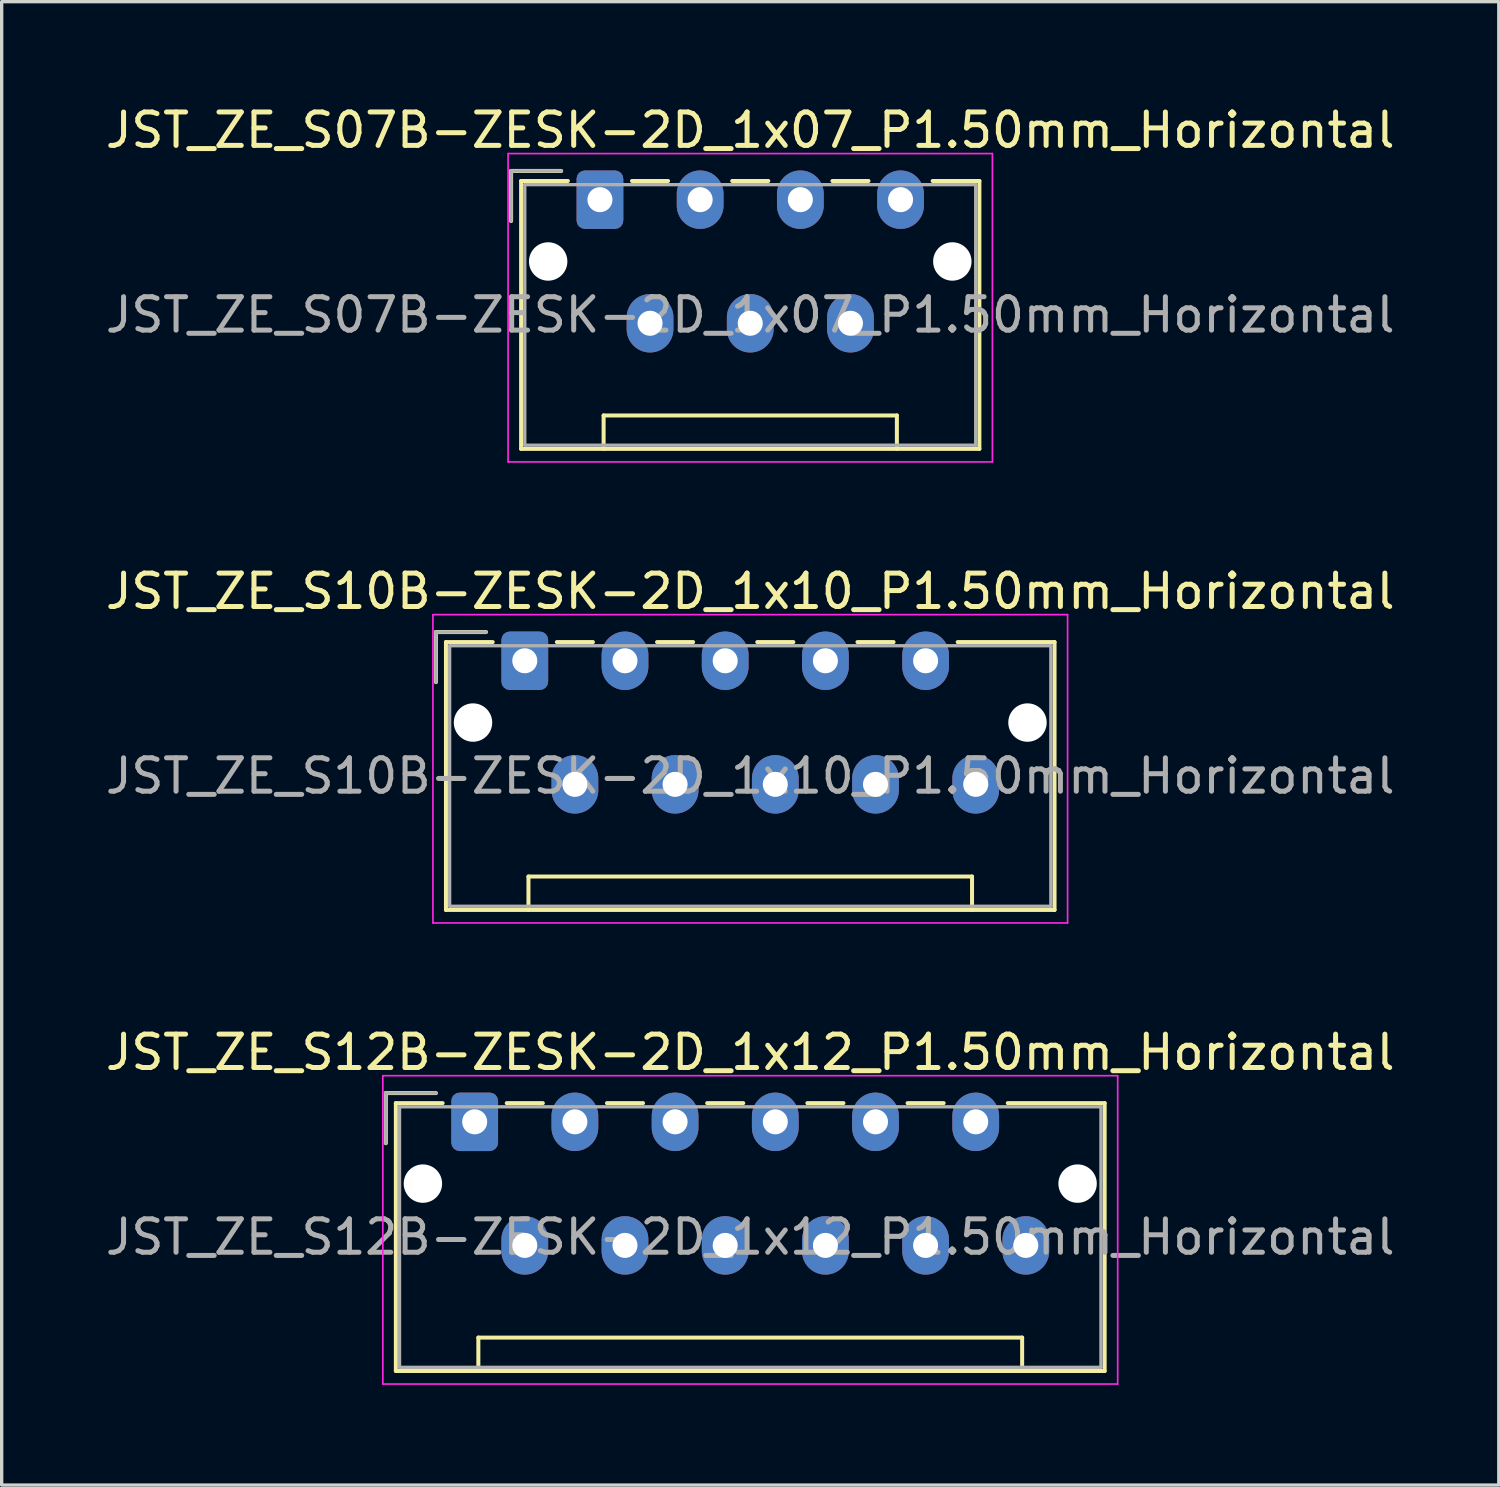
<source format=kicad_pcb>
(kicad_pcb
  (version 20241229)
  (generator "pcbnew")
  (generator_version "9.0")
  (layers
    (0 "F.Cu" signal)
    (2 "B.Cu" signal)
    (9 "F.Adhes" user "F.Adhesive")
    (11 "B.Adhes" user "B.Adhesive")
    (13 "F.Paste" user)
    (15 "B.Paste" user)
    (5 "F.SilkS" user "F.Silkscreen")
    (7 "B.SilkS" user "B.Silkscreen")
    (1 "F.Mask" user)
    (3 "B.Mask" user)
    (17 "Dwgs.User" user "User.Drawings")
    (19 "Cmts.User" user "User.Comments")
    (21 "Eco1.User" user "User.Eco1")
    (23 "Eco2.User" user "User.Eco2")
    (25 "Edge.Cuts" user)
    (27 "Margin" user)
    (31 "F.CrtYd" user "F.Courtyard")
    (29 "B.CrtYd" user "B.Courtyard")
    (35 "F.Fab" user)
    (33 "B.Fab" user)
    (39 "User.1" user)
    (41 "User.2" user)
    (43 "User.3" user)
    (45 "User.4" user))
  (footprint "JST_ZE_S10B-ZESK-2D_1x10_P1.50mm_Horizontal"
    (layer "F.Cu")
    (at 12.661 16.732)
    (property "Reference" "JST_ZE_S10B-ZESK-2D_1x10_P1.50mm_Horizontal" (at 6.75 -2.08 0) (layer "F.SilkS") (effects (font (size 1 1) (thickness 0.15))))
    (attr through_hole)
    (fp_line (start -2.66 -0.86) (end -1.16 -0.86) (stroke (width 0.12) (type solid)) (layer "F.SilkS"))
    (fp_line (start -2.66 0.64) (end -2.66 -0.86) (stroke (width 0.12) (type solid)) (layer "F.SilkS"))
    (fp_line (start -2.36 -0.56) (end -2.36 7.46) (stroke (width 0.12) (type solid)) (layer "F.SilkS"))
    (fp_line (start -2.36 7.46) (end 15.86 7.46) (stroke (width 0.12) (type solid)) (layer "F.SilkS"))
    (fp_line (start -0.96 -0.56) (end -2.36 -0.56) (stroke (width 0.12) (type solid)) (layer "F.SilkS"))
    (fp_line (start 0.11 6.46) (end 13.39 6.46) (stroke (width 0.12) (type solid)) (layer "F.SilkS"))
    (fp_line (start 0.11 7.46) (end 0.11 6.46) (stroke (width 0.12) (type solid)) (layer "F.SilkS"))
    (fp_line (start 0.96 -0.56) (end 2.04 -0.56) (stroke (width 0.12) (type solid)) (layer "F.SilkS"))
    (fp_line (start 3.96 -0.56) (end 5.04 -0.56) (stroke (width 0.12) (type solid)) (layer "F.SilkS"))
    (fp_line (start 6.96 -0.56) (end 8.04 -0.56) (stroke (width 0.12) (type solid)) (layer "F.SilkS"))
    (fp_line (start 9.96 -0.56) (end 11.04 -0.56) (stroke (width 0.12) (type solid)) (layer "F.SilkS"))
    (fp_line (start 13.39 6.46) (end 13.39 7.46) (stroke (width 0.12) (type solid)) (layer "F.SilkS"))
    (fp_line (start 15.86 -0.56) (end 12.96 -0.56) (stroke (width 0.12) (type solid)) (layer "F.SilkS"))
    (fp_line (start 15.86 7.46) (end 15.86 -0.56) (stroke (width 0.12) (type solid)) (layer "F.SilkS"))
    (fp_line (start -2.75 -1.38) (end -2.75 7.85) (stroke (width 0.05) (type solid)) (layer "F.CrtYd"))
    (fp_line (start -2.75 7.85) (end 16.25 7.85) (stroke (width 0.05) (type solid)) (layer "F.CrtYd"))
    (fp_line (start 16.25 -1.38) (end -2.75 -1.38) (stroke (width 0.05) (type solid)) (layer "F.CrtYd"))
    (fp_line (start 16.25 7.85) (end 16.25 -1.38) (stroke (width 0.05) (type solid)) (layer "F.CrtYd"))
    (fp_line (start -2.66 -0.86) (end -1.16 -0.86) (stroke (width 0.1) (type solid)) (layer "F.Fab"))
    (fp_line (start -2.66 0.64) (end -2.66 -0.86) (stroke (width 0.1) (type solid)) (layer "F.Fab"))
    (fp_line (start -2.25 -0.45) (end -2.25 7.35) (stroke (width 0.1) (type solid)) (layer "F.Fab"))
    (fp_line (start -2.25 7.35) (end 15.75 7.35) (stroke (width 0.1) (type solid)) (layer "F.Fab"))
    (fp_line (start 15.75 -0.45) (end -2.25 -0.45) (stroke (width 0.1) (type solid)) (layer "F.Fab"))
    (fp_line (start 15.75 7.35) (end 15.75 -0.45) (stroke (width 0.1) (type solid)) (layer "F.Fab"))
    (fp_text user "${REFERENCE}" (at 6.75 3.45 0) (layer "F.Fab") (effects (font (size 1 1) (thickness 0.15))))
    (pad "" np_thru_hole circle (at -1.55 1.85) (size 1.15 1.15) (drill 1.15) (layers "*.Cu" "*.Mask"))
    (pad "" np_thru_hole circle (at 15.05 1.85) (size 1.15 1.15) (drill 1.15) (layers "*.Cu" "*.Mask"))
    (pad "1" thru_hole roundrect (at 0 0) (size 1.4 1.75) (drill 0.75) (layers "*.Cu" "*.Mask") (roundrect_rratio 0.179))
    (pad "2" thru_hole oval (at 1.5 3.7) (size 1.4 1.75) (drill 0.75) (layers "*.Cu" "*.Mask"))
    (pad "3" thru_hole oval (at 3 0) (size 1.4 1.75) (drill 0.75) (layers "*.Cu" "*.Mask"))
    (pad "4" thru_hole oval (at 4.5 3.7) (size 1.4 1.75) (drill 0.75) (layers "*.Cu" "*.Mask"))
    (pad "5" thru_hole oval (at 6 0) (size 1.4 1.75) (drill 0.75) (layers "*.Cu" "*.Mask"))
    (pad "6" thru_hole oval (at 7.5 3.7) (size 1.4 1.75) (drill 0.75) (layers "*.Cu" "*.Mask"))
    (pad "7" thru_hole oval (at 9 0) (size 1.4 1.75) (drill 0.75) (layers "*.Cu" "*.Mask"))
    (pad "8" thru_hole oval (at 10.5 3.7) (size 1.4 1.75) (drill 0.75) (layers "*.Cu" "*.Mask"))
    (pad "9" thru_hole oval (at 12 0) (size 1.4 1.75) (drill 0.75) (layers "*.Cu" "*.Mask"))
    (pad "10" thru_hole oval (at 13.5 3.7) (size 1.4 1.75) (drill 0.75) (layers "*.Cu" "*.Mask")))
  (footprint "JST_ZE_S12B-ZESK-2D_1x12_P1.50mm_Horizontal"
    (layer "F.Cu")
    (at 11.161 30.535)
    (property "Reference" "JST_ZE_S12B-ZESK-2D_1x12_P1.50mm_Horizontal" (at 8.25 -2.08 0) (layer "F.SilkS") (effects (font (size 1 1) (thickness 0.15))))
    (attr through_hole)
    (fp_line (start -2.66 -0.86) (end -1.16 -0.86) (stroke (width 0.12) (type solid)) (layer "F.SilkS"))
    (fp_line (start -2.66 0.64) (end -2.66 -0.86) (stroke (width 0.12) (type solid)) (layer "F.SilkS"))
    (fp_line (start -2.36 -0.56) (end -2.36 7.46) (stroke (width 0.12) (type solid)) (layer "F.SilkS"))
    (fp_line (start -2.36 7.46) (end 18.86 7.46) (stroke (width 0.12) (type solid)) (layer "F.SilkS"))
    (fp_line (start -0.96 -0.56) (end -2.36 -0.56) (stroke (width 0.12) (type solid)) (layer "F.SilkS"))
    (fp_line (start 0.11 6.46) (end 16.39 6.46) (stroke (width 0.12) (type solid)) (layer "F.SilkS"))
    (fp_line (start 0.11 7.46) (end 0.11 6.46) (stroke (width 0.12) (type solid)) (layer "F.SilkS"))
    (fp_line (start 0.96 -0.56) (end 2.04 -0.56) (stroke (width 0.12) (type solid)) (layer "F.SilkS"))
    (fp_line (start 3.96 -0.56) (end 5.04 -0.56) (stroke (width 0.12) (type solid)) (layer "F.SilkS"))
    (fp_line (start 6.96 -0.56) (end 8.04 -0.56) (stroke (width 0.12) (type solid)) (layer "F.SilkS"))
    (fp_line (start 9.96 -0.56) (end 11.04 -0.56) (stroke (width 0.12) (type solid)) (layer "F.SilkS"))
    (fp_line (start 12.96 -0.56) (end 14.04 -0.56) (stroke (width 0.12) (type solid)) (layer "F.SilkS"))
    (fp_line (start 16.39 6.46) (end 16.39 7.46) (stroke (width 0.12) (type solid)) (layer "F.SilkS"))
    (fp_line (start 18.86 -0.56) (end 15.96 -0.56) (stroke (width 0.12) (type solid)) (layer "F.SilkS"))
    (fp_line (start 18.86 7.46) (end 18.86 -0.56) (stroke (width 0.12) (type solid)) (layer "F.SilkS"))
    (fp_line (start -2.75 -1.38) (end -2.75 7.85) (stroke (width 0.05) (type solid)) (layer "F.CrtYd"))
    (fp_line (start -2.75 7.85) (end 19.25 7.85) (stroke (width 0.05) (type solid)) (layer "F.CrtYd"))
    (fp_line (start 19.25 -1.38) (end -2.75 -1.38) (stroke (width 0.05) (type solid)) (layer "F.CrtYd"))
    (fp_line (start 19.25 7.85) (end 19.25 -1.38) (stroke (width 0.05) (type solid)) (layer "F.CrtYd"))
    (fp_line (start -2.66 -0.86) (end -1.16 -0.86) (stroke (width 0.1) (type solid)) (layer "F.Fab"))
    (fp_line (start -2.66 0.64) (end -2.66 -0.86) (stroke (width 0.1) (type solid)) (layer "F.Fab"))
    (fp_line (start -2.25 -0.45) (end -2.25 7.35) (stroke (width 0.1) (type solid)) (layer "F.Fab"))
    (fp_line (start -2.25 7.35) (end 18.75 7.35) (stroke (width 0.1) (type solid)) (layer "F.Fab"))
    (fp_line (start 18.75 -0.45) (end -2.25 -0.45) (stroke (width 0.1) (type solid)) (layer "F.Fab"))
    (fp_line (start 18.75 7.35) (end 18.75 -0.45) (stroke (width 0.1) (type solid)) (layer "F.Fab"))
    (fp_text user "${REFERENCE}" (at 8.25 3.45 0) (layer "F.Fab") (effects (font (size 1 1) (thickness 0.15))))
    (pad "" np_thru_hole circle (at -1.55 1.85) (size 1.15 1.15) (drill 1.15) (layers "*.Cu" "*.Mask"))
    (pad "" np_thru_hole circle (at 18.05 1.85) (size 1.15 1.15) (drill 1.15) (layers "*.Cu" "*.Mask"))
    (pad "1" thru_hole roundrect (at 0 0) (size 1.4 1.75) (drill 0.75) (layers "*.Cu" "*.Mask") (roundrect_rratio 0.179))
    (pad "2" thru_hole oval (at 1.5 3.7) (size 1.4 1.75) (drill 0.75) (layers "*.Cu" "*.Mask"))
    (pad "3" thru_hole oval (at 3 0) (size 1.4 1.75) (drill 0.75) (layers "*.Cu" "*.Mask"))
    (pad "4" thru_hole oval (at 4.5 3.7) (size 1.4 1.75) (drill 0.75) (layers "*.Cu" "*.Mask"))
    (pad "5" thru_hole oval (at 6 0) (size 1.4 1.75) (drill 0.75) (layers "*.Cu" "*.Mask"))
    (pad "6" thru_hole oval (at 7.5 3.7) (size 1.4 1.75) (drill 0.75) (layers "*.Cu" "*.Mask"))
    (pad "7" thru_hole oval (at 9 0) (size 1.4 1.75) (drill 0.75) (layers "*.Cu" "*.Mask"))
    (pad "8" thru_hole oval (at 10.5 3.7) (size 1.4 1.75) (drill 0.75) (layers "*.Cu" "*.Mask"))
    (pad "9" thru_hole oval (at 12 0) (size 1.4 1.75) (drill 0.75) (layers "*.Cu" "*.Mask"))
    (pad "10" thru_hole oval (at 13.5 3.7) (size 1.4 1.75) (drill 0.75) (layers "*.Cu" "*.Mask"))
    (pad "11" thru_hole oval (at 15 0) (size 1.4 1.75) (drill 0.75) (layers "*.Cu" "*.Mask"))
    (pad "12" thru_hole oval (at 16.5 3.7) (size 1.4 1.75) (drill 0.75) (layers "*.Cu" "*.Mask")))
  (footprint "JST_ZE_S07B-ZESK-2D_1x07_P1.50mm_Horizontal"
    (layer "F.Cu")
    (at 14.911 2.928)
    (property "Reference" "JST_ZE_S07B-ZESK-2D_1x07_P1.50mm_Horizontal" (at 4.5 -2.08 0) (layer "F.SilkS") (effects (font (size 1 1) (thickness 0.15))))
    (attr through_hole)
    (fp_line (start -2.66 -0.86) (end -1.16 -0.86) (stroke (width 0.12) (type solid)) (layer "F.SilkS"))
    (fp_line (start -2.66 0.64) (end -2.66 -0.86) (stroke (width 0.12) (type solid)) (layer "F.SilkS"))
    (fp_line (start -2.36 -0.56) (end -2.36 7.46) (stroke (width 0.12) (type solid)) (layer "F.SilkS"))
    (fp_line (start -2.36 7.46) (end 11.36 7.46) (stroke (width 0.12) (type solid)) (layer "F.SilkS"))
    (fp_line (start -0.96 -0.56) (end -2.36 -0.56) (stroke (width 0.12) (type solid)) (layer "F.SilkS"))
    (fp_line (start 0.11 6.46) (end 8.89 6.46) (stroke (width 0.12) (type solid)) (layer "F.SilkS"))
    (fp_line (start 0.11 7.46) (end 0.11 6.46) (stroke (width 0.12) (type solid)) (layer "F.SilkS"))
    (fp_line (start 0.96 -0.56) (end 2.04 -0.56) (stroke (width 0.12) (type solid)) (layer "F.SilkS"))
    (fp_line (start 3.96 -0.56) (end 5.04 -0.56) (stroke (width 0.12) (type solid)) (layer "F.SilkS"))
    (fp_line (start 6.96 -0.56) (end 8.04 -0.56) (stroke (width 0.12) (type solid)) (layer "F.SilkS"))
    (fp_line (start 8.89 6.46) (end 8.89 7.46) (stroke (width 0.12) (type solid)) (layer "F.SilkS"))
    (fp_line (start 11.36 -0.56) (end 9.96 -0.56) (stroke (width 0.12) (type solid)) (layer "F.SilkS"))
    (fp_line (start 11.36 7.46) (end 11.36 -0.56) (stroke (width 0.12) (type solid)) (layer "F.SilkS"))
    (fp_line (start -2.75 -1.38) (end -2.75 7.85) (stroke (width 0.05) (type solid)) (layer "F.CrtYd"))
    (fp_line (start -2.75 7.85) (end 11.75 7.85) (stroke (width 0.05) (type solid)) (layer "F.CrtYd"))
    (fp_line (start 11.75 -1.38) (end -2.75 -1.38) (stroke (width 0.05) (type solid)) (layer "F.CrtYd"))
    (fp_line (start 11.75 7.85) (end 11.75 -1.38) (stroke (width 0.05) (type solid)) (layer "F.CrtYd"))
    (fp_line (start -2.66 -0.86) (end -1.16 -0.86) (stroke (width 0.1) (type solid)) (layer "F.Fab"))
    (fp_line (start -2.66 0.64) (end -2.66 -0.86) (stroke (width 0.1) (type solid)) (layer "F.Fab"))
    (fp_line (start -2.25 -0.45) (end -2.25 7.35) (stroke (width 0.1) (type solid)) (layer "F.Fab"))
    (fp_line (start -2.25 7.35) (end 11.25 7.35) (stroke (width 0.1) (type solid)) (layer "F.Fab"))
    (fp_line (start 11.25 -0.45) (end -2.25 -0.45) (stroke (width 0.1) (type solid)) (layer "F.Fab"))
    (fp_line (start 11.25 7.35) (end 11.25 -0.45) (stroke (width 0.1) (type solid)) (layer "F.Fab"))
    (fp_text user "${REFERENCE}" (at 4.5 3.45 0) (layer "F.Fab") (effects (font (size 1 1) (thickness 0.15))))
    (pad "" np_thru_hole circle (at -1.55 1.85) (size 1.15 1.15) (drill 1.15) (layers "*.Cu" "*.Mask"))
    (pad "" np_thru_hole circle (at 10.55 1.85) (size 1.15 1.15) (drill 1.15) (layers "*.Cu" "*.Mask"))
    (pad "1" thru_hole roundrect (at 0 0) (size 1.4 1.75) (drill 0.75) (layers "*.Cu" "*.Mask") (roundrect_rratio 0.179))
    (pad "2" thru_hole oval (at 1.5 3.7) (size 1.4 1.75) (drill 0.75) (layers "*.Cu" "*.Mask"))
    (pad "3" thru_hole oval (at 3 0) (size 1.4 1.75) (drill 0.75) (layers "*.Cu" "*.Mask"))
    (pad "4" thru_hole oval (at 4.5 3.7) (size 1.4 1.75) (drill 0.75) (layers "*.Cu" "*.Mask"))
    (pad "5" thru_hole oval (at 6 0) (size 1.4 1.75) (drill 0.75) (layers "*.Cu" "*.Mask"))
    (pad "6" thru_hole oval (at 7.5 3.7) (size 1.4 1.75) (drill 0.75) (layers "*.Cu" "*.Mask"))
    (pad "7" thru_hole oval (at 9 0) (size 1.4 1.75) (drill 0.75) (layers "*.Cu" "*.Mask")))
  (gr_rect
    (start -3 -3)
    (end 41.821 41.41)
    (stroke (width 0.1) (type default))
    (fill no)
    (layer "Edge.Cuts")))
</source>
